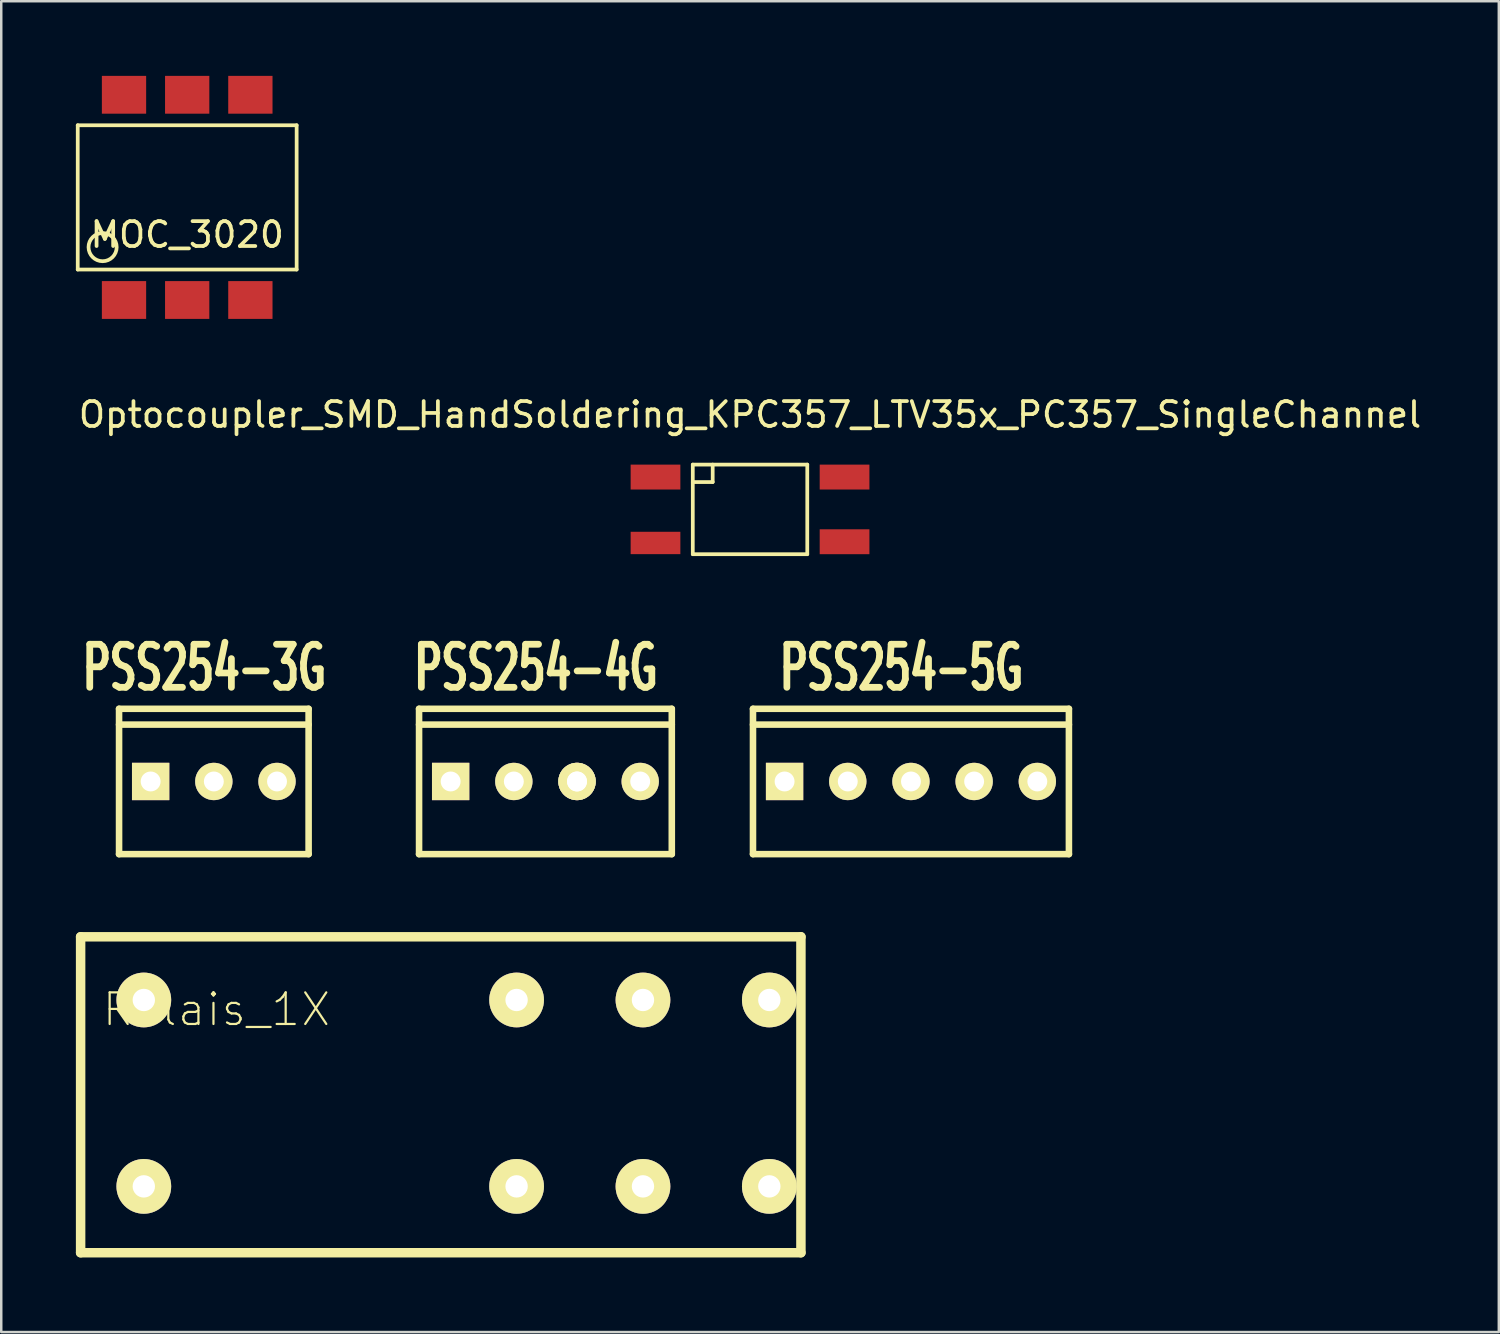
<source format=kicad_pcb>
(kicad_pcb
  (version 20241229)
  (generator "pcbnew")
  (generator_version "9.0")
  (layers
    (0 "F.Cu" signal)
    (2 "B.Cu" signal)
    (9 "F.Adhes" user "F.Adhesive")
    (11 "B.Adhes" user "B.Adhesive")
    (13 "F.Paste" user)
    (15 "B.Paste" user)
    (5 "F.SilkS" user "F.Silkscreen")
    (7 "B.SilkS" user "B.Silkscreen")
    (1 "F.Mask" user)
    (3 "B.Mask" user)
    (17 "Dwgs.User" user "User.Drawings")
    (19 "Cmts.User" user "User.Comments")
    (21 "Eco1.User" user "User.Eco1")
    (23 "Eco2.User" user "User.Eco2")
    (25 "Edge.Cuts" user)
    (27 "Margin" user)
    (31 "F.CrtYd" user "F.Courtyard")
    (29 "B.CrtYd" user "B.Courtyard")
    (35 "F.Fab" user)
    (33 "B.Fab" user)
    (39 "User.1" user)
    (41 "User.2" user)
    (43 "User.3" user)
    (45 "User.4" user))
  (footprint "MOC_3020"
    (layer "F.Cu")
    (at 4.475 4.885)
    (property "Reference" "MOC_3020" (at 0 1.5 0) (layer "F.SilkS") (effects (font (size 1 1) (thickness 0.15))))
    (attr through_hole)
    (fp_line (start -4.4 -2.9) (end 4.4 -2.9) (stroke (width 0.15) (type solid)) (layer "F.SilkS"))
    (fp_line (start -4.4 2.9) (end -4.4 -2.9) (stroke (width 0.15) (type solid)) (layer "F.SilkS"))
    (fp_line (start 4.4 -2.9) (end 4.4 2.9) (stroke (width 0.15) (type solid)) (layer "F.SilkS"))
    (fp_line (start 4.4 2.9) (end -4.4 2.9) (stroke (width 0.15) (type solid)) (layer "F.SilkS"))
    (fp_circle (center -3.4 2) (end -3 1.6) (stroke (width 0.15) (type solid)) (fill no) (layer "F.SilkS"))
    (pad "1" smd rect (at -2.54 4.125) (size 1.78 1.52) (layers "F.Cu" "F.Mask" "F.Paste"))
    (pad "2" smd rect (at 0 4.125) (size 1.78 1.52) (layers "F.Cu" "F.Mask" "F.Paste"))
    (pad "3" smd rect (at 2.54 4.125) (size 1.78 1.52) (layers "F.Cu" "F.Mask" "F.Paste"))
    (pad "4" smd rect (at 2.54 -4.125) (size 1.78 1.52) (layers "F.Cu" "F.Mask" "F.Paste"))
    (pad "5" smd rect (at 0 -4.125) (size 1.78 1.52) (layers "F.Cu" "F.Mask" "F.Paste"))
    (pad "6" smd rect (at -2.54 -4.125) (size 1.78 1.52) (layers "F.Cu" "F.Mask" "F.Paste")))
  (footprint "PSS254-3G"
    (layer "F.Cu")
    (at 5.546 28.365)
    (property "Reference" "PSS254-3G" (at -0.381 -4.572 0) (layer "F.SilkS") (effects (font (size 1.73 1.087) (thickness 0.272))))
    (attr through_hole)
    (fp_line (start -3.81 -2.921) (end -3.81 2.921) (stroke (width 0.264) (type solid)) (layer "F.SilkS"))
    (fp_line (start -3.81 -2.286) (end 3.81 -2.286) (stroke (width 0.264) (type solid)) (layer "F.SilkS"))
    (fp_line (start -3.81 2.921) (end 3.81 2.921) (stroke (width 0.264) (type solid)) (layer "F.SilkS"))
    (fp_line (start 3.81 -2.921) (end -3.81 -2.921) (stroke (width 0.264) (type solid)) (layer "F.SilkS"))
    (fp_line (start 3.81 2.921) (end 3.81 -2.921) (stroke (width 0.264) (type solid)) (layer "F.SilkS"))
    (pad "1" thru_hole rect (at -2.54 0) (size 1.501 1.501) (drill 0.8) (layers "*.Cu" "*.Mask" "F.SilkS"))
    (pad "2" thru_hole circle (at 0 0) (size 1.501 1.501) (drill 0.8) (layers "*.Cu" "*.Mask" "F.SilkS"))
    (pad "3" thru_hole circle (at 2.54 0) (size 1.501 1.501) (drill 0.8) (layers "*.Cu" "*.Mask" "F.SilkS")))
  (footprint "PSS254-5G"
    (layer "F.Cu")
    (at 33.57 28.365)
    (property "Reference" "PSS254-5G" (at -0.381 -4.572 0) (layer "F.SilkS") (effects (font (size 1.73 1.087) (thickness 0.272))))
    (attr through_hole)
    (fp_line (start -6.35 -2.921) (end -6.35 2.921) (stroke (width 0.264) (type solid)) (layer "F.SilkS"))
    (fp_line (start -6.35 -2.286) (end 6.35 -2.286) (stroke (width 0.264) (type solid)) (layer "F.SilkS"))
    (fp_line (start -6.35 2.921) (end 6.35 2.921) (stroke (width 0.264) (type solid)) (layer "F.SilkS"))
    (fp_line (start 6.35 -2.921) (end -6.35 -2.921) (stroke (width 0.264) (type solid)) (layer "F.SilkS"))
    (fp_line (start 6.35 2.921) (end 6.35 -2.921) (stroke (width 0.264) (type solid)) (layer "F.SilkS"))
    (pad "1" thru_hole rect (at -5.08 0) (size 1.501 1.501) (drill 0.8) (layers "*.Cu" "*.Mask" "F.SilkS"))
    (pad "2" thru_hole circle (at -2.54 0) (size 1.501 1.501) (drill 0.8) (layers "*.Cu" "*.Mask" "F.SilkS"))
    (pad "3" thru_hole circle (at 0 0) (size 1.501 1.501) (drill 0.8) (layers "*.Cu" "*.Mask" "F.SilkS"))
    (pad "4" thru_hole circle (at 2.54 0) (size 1.501 1.501) (drill 0.8) (layers "*.Cu" "*.Mask" "F.SilkS"))
    (pad "5" thru_hole circle (at 5.08 0) (size 1.501 1.501) (drill 0.8) (layers "*.Cu" "*.Mask" "F.SilkS")))
  (footprint "Relais_1X"
    (layer "F.Cu")
    (at 10.097 39.435)
    (property "Reference" "Relais_1X" (at -4.445 -1.905 0) (layer "F.SilkS") (effects (font (size 1.27 1.27) (thickness 0.089))))
    (attr exclude_from_pos_files exclude_from_bom)
    (fp_line (start -9.906 -4.826) (end 19.05 -4.826) (stroke (width 0.381) (type solid)) (layer "F.SilkS"))
    (fp_line (start -9.906 7.874) (end -9.906 -4.826) (stroke (width 0.381) (type solid)) (layer "F.SilkS"))
    (fp_line (start -9.906 7.874) (end 19.05 7.874) (stroke (width 0.381) (type solid)) (layer "F.SilkS"))
    (fp_line (start 19.05 -4.826) (end 19.05 7.874) (stroke (width 0.381) (type solid)) (layer "F.SilkS"))
    (pad "1" thru_hole circle (at -7.366 5.207) (size 2.2 2.2) (drill 0.899) (layers "*.Cu" "*.Mask" "F.SilkS"))
    (pad "2" thru_hole circle (at 17.78 -2.286) (size 2.2 2.2) (drill 0.899) (layers "*.Cu" "*.Mask" "F.SilkS"))
    (pad "2" thru_hole circle (at 17.78 5.207) (size 2.2 2.2) (drill 0.899) (layers "*.Cu" "*.Mask" "F.SilkS"))
    (pad "3" thru_hole circle (at -7.366 -2.286) (size 2.2 2.2) (drill 0.899) (layers "*.Cu" "*.Mask" "F.SilkS"))
    (pad "4" thru_hole circle (at 7.62 -2.286) (size 2.2 2.2) (drill 0.899) (layers "*.Cu" "*.Mask" "F.SilkS"))
    (pad "4" thru_hole circle (at 7.62 5.207) (size 2.2 2.2) (drill 0.899) (layers "*.Cu" "*.Mask" "F.SilkS"))
    (pad "5" thru_hole circle (at 12.7 -2.286) (size 2.2 2.2) (drill 0.899) (layers "*.Cu" "*.Mask" "F.SilkS"))
    (pad "5" thru_hole circle (at 12.7 5.207) (size 2.2 2.2) (drill 0.899) (layers "*.Cu" "*.Mask" "F.SilkS")))
  (footprint "Optocoupler_SMD_HandSoldering_KPC357_LTV35x_PC357_SingleChannel"
    (layer "F.Cu")
    (at 27.101 17.428)
    (property "Reference" "Optocoupler_SMD_HandSoldering_KPC357_LTV35x_PC357_SingleChannel" (at 0 -3.81 0) (layer "F.SilkS") (effects (font (size 1 1) (thickness 0.15))))
    (attr through_hole)
    (fp_line (start -2.301 -1.801) (end -2.301 1.801) (stroke (width 0.15) (type solid)) (layer "F.SilkS"))
    (fp_line (start -2.301 1.801) (end 2.301 1.801) (stroke (width 0.15) (type solid)) (layer "F.SilkS"))
    (fp_line (start -1.501 -1.801) (end -1.501 -1.1) (stroke (width 0.15) (type solid)) (layer "F.SilkS"))
    (fp_line (start -1.501 -1.1) (end -2.301 -1.1) (stroke (width 0.15) (type solid)) (layer "F.SilkS"))
    (fp_line (start 2.301 -1.801) (end -2.301 -1.801) (stroke (width 0.15) (type solid)) (layer "F.SilkS"))
    (fp_line (start 2.301 1.801) (end 2.301 -1.801) (stroke (width 0.15) (type solid)) (layer "F.SilkS"))
    (pad "1" smd rect (at -3.8 -1.3) (size 1.999 1.001) (layers "F.Cu" "F.Mask" "F.Paste"))
    (pad "3" smd rect (at -3.8 1.349) (size 1.999 0.899) (layers "F.Cu" "F.Mask" "F.Paste"))
    (pad "4" smd rect (at 3.8 1.3) (size 1.999 1.001) (layers "F.Cu" "F.Mask" "F.Paste"))
    (pad "6" smd rect (at 3.8 -1.3) (size 1.999 1.001) (layers "F.Cu" "F.Mask" "F.Paste")))
  (footprint "PSS254-4G"
    (layer "F.Cu")
    (at 18.876 28.365)
    (property "Reference" "PSS254-4G" (at -0.381 -4.572 0) (layer "F.SilkS") (effects (font (size 1.73 1.087) (thickness 0.272))))
    (attr through_hole)
    (fp_line (start -5.08 -2.921) (end -5.08 2.921) (stroke (width 0.264) (type solid)) (layer "F.SilkS"))
    (fp_line (start -5.08 -2.286) (end 5.08 -2.286) (stroke (width 0.264) (type solid)) (layer "F.SilkS"))
    (fp_line (start -5.08 2.921) (end 5.08 2.921) (stroke (width 0.264) (type solid)) (layer "F.SilkS"))
    (fp_line (start 5.08 -2.921) (end -5.08 -2.921) (stroke (width 0.264) (type solid)) (layer "F.SilkS"))
    (fp_line (start 5.08 2.921) (end 5.08 -2.921) (stroke (width 0.264) (type solid)) (layer "F.SilkS"))
    (pad "1" thru_hole rect (at -3.81 0) (size 1.501 1.501) (drill 0.8) (layers "*.Cu" "*.Mask" "F.SilkS"))
    (pad "2" thru_hole circle (at -1.27 0) (size 1.501 1.501) (drill 0.8) (layers "*.Cu" "*.Mask" "F.SilkS"))
    (pad "3" thru_hole circle (at 1.27 0) (size 1.501 1.501) (drill 0.8) (layers "*.Cu" "*.Mask" "F.SilkS"))
    (pad "3" thru_hole circle (at 1.27 0) (size 1.501 1.501) (drill 0.8) (layers "*.Cu" "*.Mask" "F.SilkS"))
    (pad "4" thru_hole circle (at 3.81 0) (size 1.501 1.501) (drill 0.8) (layers "*.Cu" "*.Mask" "F.SilkS")))
  (gr_rect
    (start -3 -3)
    (end 57.202 50.499)
    (stroke (width 0.1) (type default))
    (fill no)
    (layer "Edge.Cuts")))
</source>
